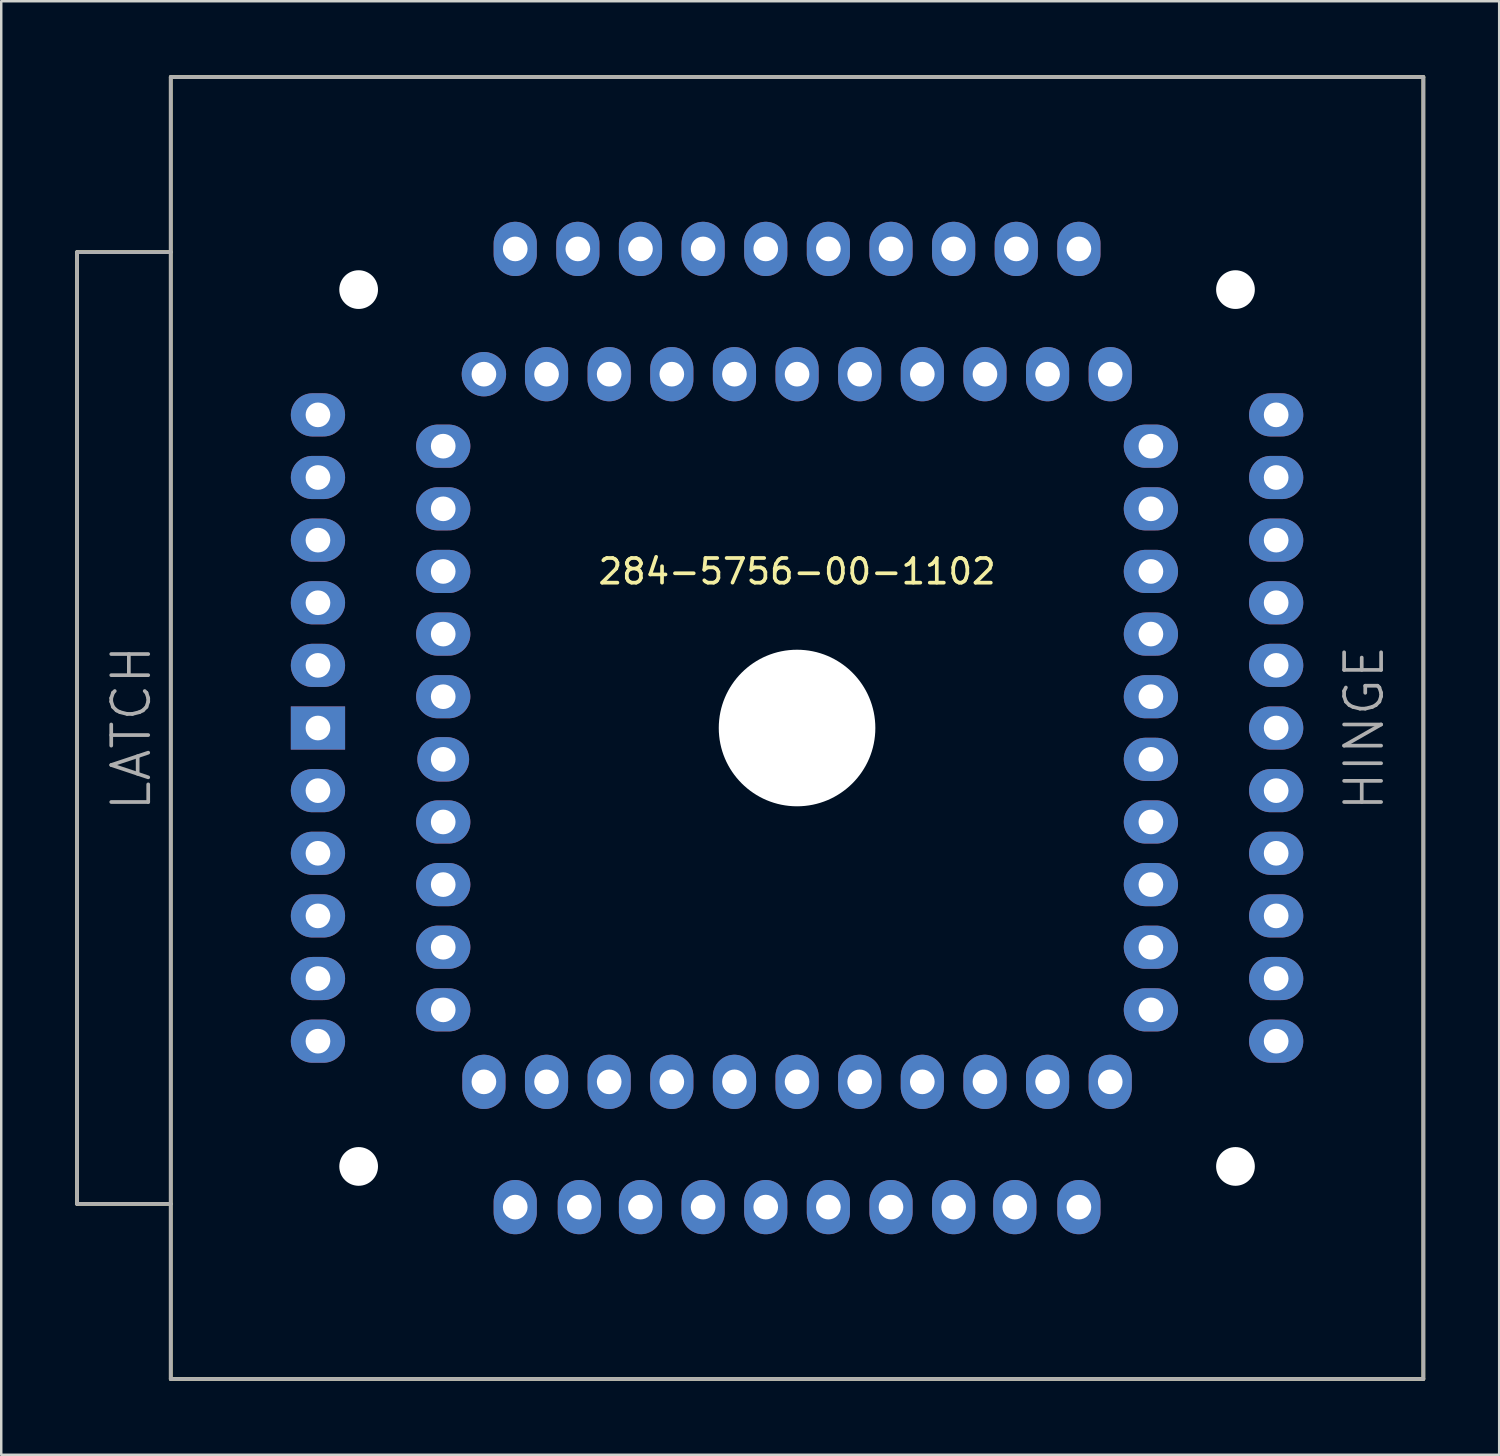
<source format=kicad_pcb>
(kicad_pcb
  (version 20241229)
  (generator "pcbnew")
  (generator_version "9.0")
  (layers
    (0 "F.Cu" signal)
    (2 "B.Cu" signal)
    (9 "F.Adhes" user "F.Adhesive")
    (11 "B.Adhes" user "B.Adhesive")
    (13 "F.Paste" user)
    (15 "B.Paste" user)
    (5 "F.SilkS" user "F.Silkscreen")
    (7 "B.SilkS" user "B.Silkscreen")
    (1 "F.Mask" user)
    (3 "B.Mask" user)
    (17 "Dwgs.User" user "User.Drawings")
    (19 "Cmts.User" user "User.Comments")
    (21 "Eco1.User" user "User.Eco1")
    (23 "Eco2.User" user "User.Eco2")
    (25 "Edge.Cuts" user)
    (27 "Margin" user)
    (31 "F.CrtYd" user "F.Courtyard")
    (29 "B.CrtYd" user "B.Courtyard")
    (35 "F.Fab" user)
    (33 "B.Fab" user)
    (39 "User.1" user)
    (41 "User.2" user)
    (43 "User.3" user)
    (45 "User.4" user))
  (footprint "284-5756-00-1102"
    (layer "F.Cu")
    (at 29.275 26.475)
    (property "Reference" "284-5756-00-1102" (at 0 -6.35 0) (layer "F.SilkS") (effects (font (size 1 1) (thickness 0.15))))
    (attr through_hole)
    (fp_line (start -29.2 -19.3) (end -29.2 19.3) (stroke (width 0.15) (type solid)) (layer "F.SilkS"))
    (fp_line (start -25.4 -26.4) (end -25.4 26.4) (stroke (width 0.15) (type solid)) (layer "F.SilkS"))
    (fp_line (start -25.4 -26.4) (end 25.4 -26.4) (stroke (width 0.15) (type solid)) (layer "F.SilkS"))
    (fp_line (start -25.4 -19.3) (end -29.2 -19.3) (stroke (width 0.15) (type solid)) (layer "F.SilkS"))
    (fp_line (start -25.4 19.3) (end -29.2 19.3) (stroke (width 0.15) (type solid)) (layer "F.SilkS"))
    (fp_line (start -25.4 26.4) (end 25.4 26.4) (stroke (width 0.15) (type solid)) (layer "F.SilkS"))
    (fp_line (start 25.4 -26.4) (end 25.4 26.4) (stroke (width 0.15) (type solid)) (layer "F.SilkS"))
    (fp_line (start -29.2 -19.3) (end -29.2 19.3) (stroke (width 0.15) (type solid)) (layer "F.Fab"))
    (fp_line (start -25.4 -26.4) (end -25.4 26.4) (stroke (width 0.15) (type solid)) (layer "F.Fab"))
    (fp_line (start -25.4 -26.4) (end 25.4 -26.4) (stroke (width 0.15) (type solid)) (layer "F.Fab"))
    (fp_line (start -25.4 -19.3) (end -29.2 -19.3) (stroke (width 0.15) (type solid)) (layer "F.Fab"))
    (fp_line (start -25.4 19.3) (end -29.2 19.3) (stroke (width 0.15) (type solid)) (layer "F.Fab"))
    (fp_line (start -25.4 26.4) (end 25.4 26.4) (stroke (width 0.15) (type solid)) (layer "F.Fab"))
    (fp_line (start 25.4 -26.4) (end 25.4 26.4) (stroke (width 0.15) (type solid)) (layer "F.Fab"))
    (fp_text user "HINGE" (at 23 0 90) (layer "F.Fab") (effects (font (size 1.5 1.5) (thickness 0.15))))
    (fp_text user "LATCH" (at -27 0 270) (layer "F.Fab") (effects (font (size 1.5 1.5) (thickness 0.15))))
    (pad "" np_thru_hole circle (at -17.78 -17.78) (size 1.57 1.57) (drill 1.57) (layers "*.Cu" "*.Mask"))
    (pad "" np_thru_hole circle (at -17.78 17.78) (size 1.57 1.57) (drill 1.57) (layers "*.Cu" "*.Mask"))
    (pad "" np_thru_hole circle (at 0 0) (size 6.35 6.35) (drill 6.35) (layers "*.Cu" "*.Mask"))
    (pad "" np_thru_hole circle (at 17.78 -17.78) (size 1.57 1.57) (drill 1.57) (layers "*.Cu" "*.Mask"))
    (pad "" np_thru_hole circle (at 17.78 17.78) (size 1.57 1.57) (drill 1.57) (layers "*.Cu" "*.Mask"))
    (pad "1" thru_hole rect (at -19.43 0) (size 2.2 1.75) (drill 1) (layers "*.Cu" "*.Mask"))
    (pad "2" thru_hole oval (at -14.35 1.27) (size 2.1 1.8) (drill 1) (layers "*.Cu" "*.Mask"))
    (pad "3" thru_hole oval (at -19.43 2.54) (size 2.2 1.75) (drill 1) (layers "*.Cu" "*.Mask"))
    (pad "4" thru_hole oval (at -14.35 3.81) (size 2.2 1.75) (drill 1) (layers "*.Cu" "*.Mask"))
    (pad "5" thru_hole oval (at -19.43 5.08) (size 2.2 1.75) (drill 1) (layers "*.Cu" "*.Mask"))
    (pad "6" thru_hole oval (at -14.35 6.35) (size 2.2 1.75) (drill 1) (layers "*.Cu" "*.Mask"))
    (pad "7" thru_hole oval (at -19.43 7.62) (size 2.2 1.75) (drill 1) (layers "*.Cu" "*.Mask"))
    (pad "8" thru_hole oval (at -14.35 8.89) (size 2.2 1.75) (drill 1) (layers "*.Cu" "*.Mask"))
    (pad "9" thru_hole oval (at -19.43 10.16) (size 2.2 1.75) (drill 1) (layers "*.Cu" "*.Mask"))
    (pad "10" thru_hole oval (at -14.35 11.43) (size 2.2 1.75) (drill 1) (layers "*.Cu" "*.Mask"))
    (pad "11" thru_hole oval (at -19.43 12.7) (size 2.2 1.75) (drill 1) (layers "*.Cu" "*.Mask"))
    (pad "12" thru_hole oval (at -12.7 14.35) (size 1.75 2.2) (drill 1) (layers "*.Cu" "*.Mask"))
    (pad "13" thru_hole oval (at -11.43 19.43) (size 1.75 2.2) (drill 1) (layers "*.Cu" "*.Mask"))
    (pad "14" thru_hole oval (at -10.16 14.35) (size 1.75 2.2) (drill 1) (layers "*.Cu" "*.Mask"))
    (pad "15" thru_hole oval (at -8.83 19.43) (size 1.75 2.2) (drill 1) (layers "*.Cu" "*.Mask"))
    (pad "16" thru_hole oval (at -7.62 14.35) (size 1.75 2.2) (drill 1) (layers "*.Cu" "*.Mask"))
    (pad "17" thru_hole oval (at -6.35 19.43) (size 1.75 2.2) (drill 1) (layers "*.Cu" "*.Mask"))
    (pad "18" thru_hole oval (at -5.08 14.35) (size 1.75 2.2) (drill 1) (layers "*.Cu" "*.Mask"))
    (pad "19" thru_hole oval (at -3.81 19.43) (size 1.75 2.2) (drill 1) (layers "*.Cu" "*.Mask"))
    (pad "20" thru_hole oval (at -2.54 14.35) (size 1.75 2.2) (drill 1) (layers "*.Cu" "*.Mask"))
    (pad "21" thru_hole oval (at -1.27 19.43) (size 1.75 2.2) (drill 1) (layers "*.Cu" "*.Mask"))
    (pad "22" thru_hole oval (at 0 14.35) (size 1.75 2.2) (drill 1) (layers "*.Cu" "*.Mask"))
    (pad "23" thru_hole oval (at 1.27 19.43) (size 1.75 2.2) (drill 1) (layers "*.Cu" "*.Mask"))
    (pad "24" thru_hole oval (at 2.54 14.35) (size 1.75 2.2) (drill 1) (layers "*.Cu" "*.Mask"))
    (pad "25" thru_hole oval (at 3.81 19.43) (size 1.75 2.2) (drill 1) (layers "*.Cu" "*.Mask"))
    (pad "26" thru_hole oval (at 5.08 14.35) (size 1.75 2.2) (drill 1) (layers "*.Cu" "*.Mask"))
    (pad "27" thru_hole oval (at 6.35 19.43) (size 1.75 2.2) (drill 1) (layers "*.Cu" "*.Mask"))
    (pad "28" thru_hole oval (at 7.62 14.35) (size 1.75 2.2) (drill 1) (layers "*.Cu" "*.Mask"))
    (pad "29" thru_hole oval (at 8.83 19.43) (size 1.75 2.2) (drill 1) (layers "*.Cu" "*.Mask"))
    (pad "30" thru_hole oval (at 10.16 14.35) (size 1.75 2.2) (drill 1) (layers "*.Cu" "*.Mask"))
    (pad "31" thru_hole oval (at 11.43 19.43) (size 1.75 2.2) (drill 1) (layers "*.Cu" "*.Mask"))
    (pad "32" thru_hole oval (at 12.7 14.35) (size 1.75 2.2) (drill 1) (layers "*.Cu" "*.Mask"))
    (pad "33" thru_hole oval (at 19.43 12.7) (size 2.2 1.75) (drill 1) (layers "*.Cu" "*.Mask"))
    (pad "34" thru_hole oval (at 14.35 11.43) (size 2.2 1.75) (drill 1) (layers "*.Cu" "*.Mask"))
    (pad "35" thru_hole oval (at 19.43 10.16) (size 2.2 1.75) (drill 1) (layers "*.Cu" "*.Mask"))
    (pad "36" thru_hole oval (at 14.35 8.89) (size 2.2 1.75) (drill 1) (layers "*.Cu" "*.Mask"))
    (pad "37" thru_hole oval (at 19.43 7.62) (size 2.2 1.75) (drill 1) (layers "*.Cu" "*.Mask"))
    (pad "38" thru_hole oval (at 14.35 6.35) (size 2.2 1.75) (drill 1) (layers "*.Cu" "*.Mask"))
    (pad "39" thru_hole oval (at 19.43 5.08) (size 2.2 1.75) (drill 1) (layers "*.Cu" "*.Mask"))
    (pad "40" thru_hole oval (at 14.35 3.81) (size 2.2 1.75) (drill 1) (layers "*.Cu" "*.Mask"))
    (pad "41" thru_hole oval (at 19.43 2.54) (size 2.2 1.75) (drill 1) (layers "*.Cu" "*.Mask"))
    (pad "42" thru_hole oval (at 14.35 1.27) (size 2.2 1.75) (drill 1) (layers "*.Cu" "*.Mask"))
    (pad "43" thru_hole oval (at 19.43 0) (size 2.2 1.75) (drill 1) (layers "*.Cu" "*.Mask"))
    (pad "44" thru_hole oval (at 14.35 -1.27) (size 2.2 1.75) (drill 1) (layers "*.Cu" "*.Mask"))
    (pad "45" thru_hole oval (at 19.43 -2.54) (size 2.2 1.75) (drill 1) (layers "*.Cu" "*.Mask"))
    (pad "46" thru_hole oval (at 14.35 -3.81) (size 2.2 1.75) (drill 1) (layers "*.Cu" "*.Mask"))
    (pad "47" thru_hole oval (at 19.43 -5.08) (size 2.2 1.75) (drill 1) (layers "*.Cu" "*.Mask"))
    (pad "48" thru_hole oval (at 14.35 -6.35) (size 2.2 1.75) (drill 1) (layers "*.Cu" "*.Mask"))
    (pad "49" thru_hole oval (at 19.43 -7.62) (size 2.2 1.75) (drill 1) (layers "*.Cu" "*.Mask"))
    (pad "50" thru_hole oval (at 14.35 -8.89) (size 2.2 1.75) (drill 1) (layers "*.Cu" "*.Mask"))
    (pad "51" thru_hole oval (at 19.43 -10.16) (size 2.2 1.75) (drill 1) (layers "*.Cu" "*.Mask"))
    (pad "52" thru_hole oval (at 14.35 -11.43) (size 2.2 1.75) (drill 1) (layers "*.Cu" "*.Mask"))
    (pad "53" thru_hole oval (at 19.43 -12.7) (size 2.2 1.75) (drill 1) (layers "*.Cu" "*.Mask"))
    (pad "54" thru_hole oval (at 12.7 -14.35) (size 1.75 2.2) (drill 1) (layers "*.Cu" "*.Mask"))
    (pad "55" thru_hole oval (at 11.43 -19.43) (size 1.75 2.2) (drill 1) (layers "*.Cu" "*.Mask"))
    (pad "56" thru_hole oval (at 10.16 -14.35) (size 1.75 2.2) (drill 1) (layers "*.Cu" "*.Mask"))
    (pad "57" thru_hole oval (at 8.89 -19.43) (size 1.75 2.2) (drill 1) (layers "*.Cu" "*.Mask"))
    (pad "58" thru_hole oval (at 7.62 -14.35) (size 1.75 2.2) (drill 1) (layers "*.Cu" "*.Mask"))
    (pad "59" thru_hole oval (at 6.35 -19.43) (size 1.75 2.2) (drill 1) (layers "*.Cu" "*.Mask"))
    (pad "60" thru_hole oval (at 5.08 -14.35) (size 1.75 2.2) (drill 1) (layers "*.Cu" "*.Mask"))
    (pad "61" thru_hole oval (at 3.81 -19.43) (size 1.75 2.2) (drill 1) (layers "*.Cu" "*.Mask"))
    (pad "62" thru_hole oval (at 2.54 -14.35) (size 1.75 2.2) (drill 1) (layers "*.Cu" "*.Mask"))
    (pad "63" thru_hole oval (at 1.27 -19.43) (size 1.75 2.2) (drill 1) (layers "*.Cu" "*.Mask"))
    (pad "64" thru_hole oval (at 0 -14.35) (size 1.75 2.2) (drill 1) (layers "*.Cu" "*.Mask"))
    (pad "65" thru_hole oval (at -1.27 -19.43) (size 1.75 2.2) (drill 1) (layers "*.Cu" "*.Mask"))
    (pad "66" thru_hole oval (at -2.54 -14.35) (size 1.75 2.2) (drill 1) (layers "*.Cu" "*.Mask"))
    (pad "67" thru_hole oval (at -3.81 -19.43) (size 1.75 2.2) (drill 1) (layers "*.Cu" "*.Mask"))
    (pad "68" thru_hole oval (at -5.08 -14.35) (size 1.75 2.2) (drill 1) (layers "*.Cu" "*.Mask"))
    (pad "69" thru_hole oval (at -6.35 -19.43) (size 1.75 2.2) (drill 1) (layers "*.Cu" "*.Mask"))
    (pad "70" thru_hole oval (at -7.62 -14.35) (size 1.75 2.2) (drill 1) (layers "*.Cu" "*.Mask"))
    (pad "71" thru_hole oval (at -8.89 -19.43) (size 1.75 2.2) (drill 1) (layers "*.Cu" "*.Mask"))
    (pad "72" thru_hole oval (at -10.16 -14.35) (size 1.75 2.2) (drill 1) (layers "*.Cu" "*.Mask"))
    (pad "73" thru_hole oval (at -11.43 -19.43) (size 1.75 2.2) (drill 1) (layers "*.Cu" "*.Mask"))
    (pad "74" thru_hole circle (at -12.7 -14.35) (size 1.8 1.8) (drill 1) (layers "*.Cu" "*.Mask"))
    (pad "75" thru_hole oval (at -19.43 -12.7) (size 2.2 1.75) (drill 1) (layers "*.Cu" "*.Mask"))
    (pad "76" thru_hole oval (at -14.35 -11.43) (size 2.2 1.75) (drill 1) (layers "*.Cu" "*.Mask"))
    (pad "77" thru_hole oval (at -19.43 -10.16) (size 2.2 1.75) (drill 1) (layers "*.Cu" "*.Mask"))
    (pad "78" thru_hole oval (at -14.35 -8.89) (size 2.2 1.75) (drill 1) (layers "*.Cu" "*.Mask"))
    (pad "79" thru_hole oval (at -19.43 -7.62) (size 2.2 1.75) (drill 1) (layers "*.Cu" "*.Mask"))
    (pad "80" thru_hole oval (at -14.35 -6.35) (size 2.2 1.75) (drill 1) (layers "*.Cu" "*.Mask"))
    (pad "81" thru_hole oval (at -19.43 -5.08) (size 2.2 1.75) (drill 1) (layers "*.Cu" "*.Mask"))
    (pad "82" thru_hole oval (at -14.35 -3.81) (size 2.2 1.75) (drill 1) (layers "*.Cu" "*.Mask"))
    (pad "83" thru_hole oval (at -19.43 -2.54) (size 2.2 1.75) (drill 1) (layers "*.Cu" "*.Mask"))
    (pad "84" thru_hole oval (at -14.35 -1.27) (size 2.2 1.75) (drill 1) (layers "*.Cu" "*.Mask")))
  (gr_rect
    (start -3 -3)
    (end 57.75 55.95)
    (stroke (width 0.1) (type default))
    (fill no)
    (layer "Edge.Cuts")))
</source>
